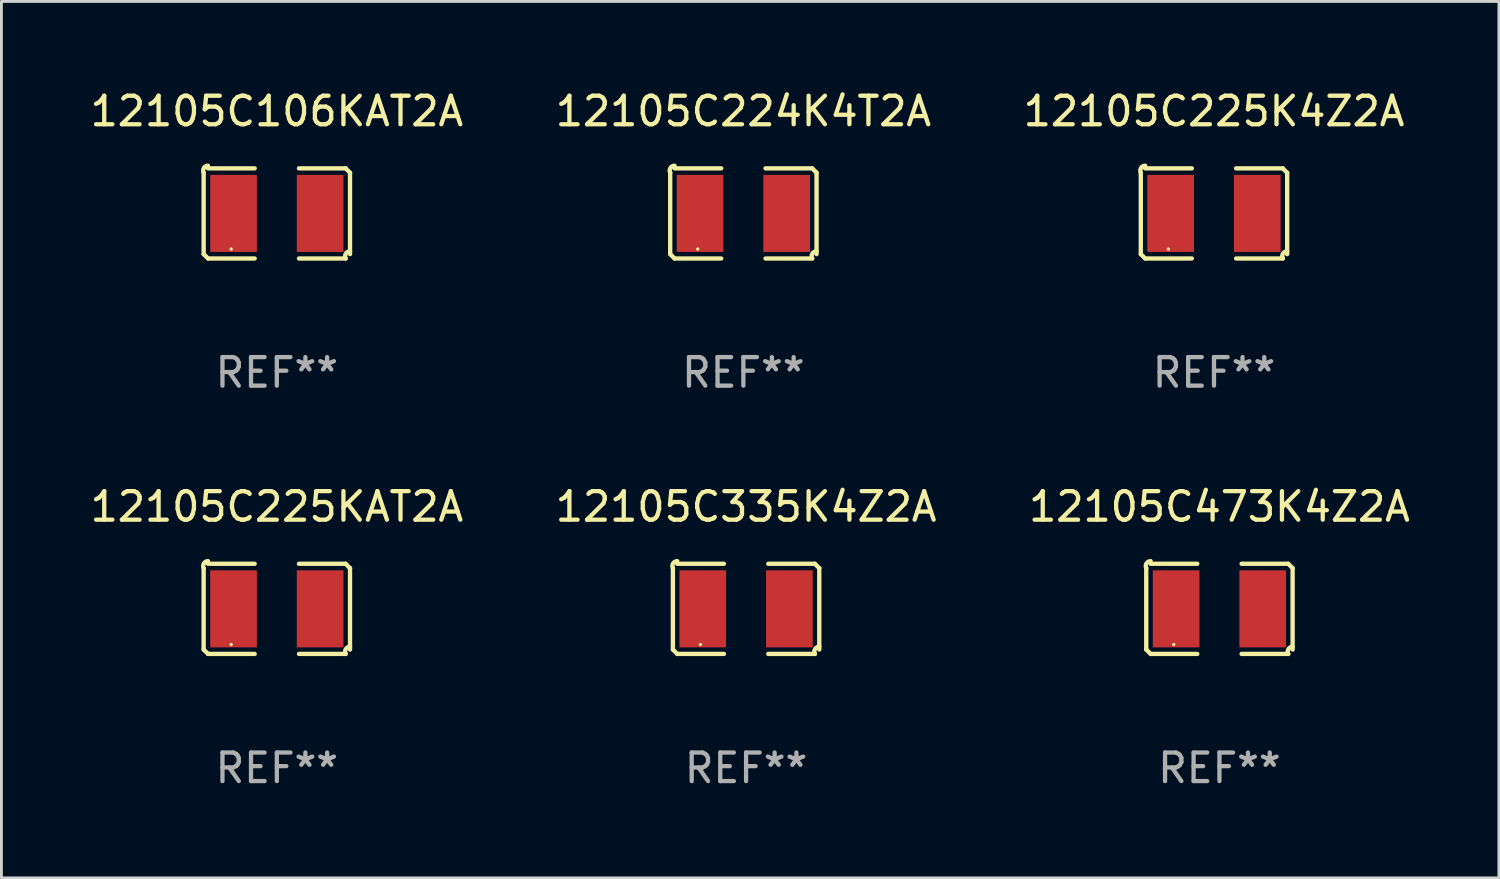
<source format=kicad_pcb>
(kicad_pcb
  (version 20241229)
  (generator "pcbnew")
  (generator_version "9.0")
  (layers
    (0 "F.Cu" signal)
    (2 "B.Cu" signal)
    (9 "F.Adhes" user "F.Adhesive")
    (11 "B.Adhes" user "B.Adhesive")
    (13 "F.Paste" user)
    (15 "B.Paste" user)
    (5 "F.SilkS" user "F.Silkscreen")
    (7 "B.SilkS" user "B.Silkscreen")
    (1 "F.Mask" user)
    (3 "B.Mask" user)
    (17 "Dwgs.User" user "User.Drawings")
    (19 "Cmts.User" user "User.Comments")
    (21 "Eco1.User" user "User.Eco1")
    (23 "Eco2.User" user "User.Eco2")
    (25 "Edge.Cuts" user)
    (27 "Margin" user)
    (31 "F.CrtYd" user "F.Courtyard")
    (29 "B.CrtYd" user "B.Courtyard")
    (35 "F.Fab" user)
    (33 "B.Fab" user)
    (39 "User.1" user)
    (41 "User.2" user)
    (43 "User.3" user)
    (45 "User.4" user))
  (footprint "12105C335K4Z2A"
    (layer "F.Cu")
    (at 23.089 18.281)
    (property "Reference" "12105C335K4Z2A" (at 0 -3.579 0) (layer "F.SilkS") (effects (font (size 1 1) (thickness 0.15))))
    (attr through_hole)
    (fp_line (start -2.564 1.426) (end -2.564 -1.426) (stroke (width 0.152) (type solid)) (layer "F.SilkS"))
    (fp_line (start -2.411 -1.579) (end -0.776 -1.579) (stroke (width 0.152) (type solid)) (layer "F.SilkS"))
    (fp_line (start -0.776 1.579) (end -2.411 1.579) (stroke (width 0.152) (type solid)) (layer "F.SilkS"))
    (fp_line (start 0.776 1.579) (end 2.411 1.579) (stroke (width 0.152) (type solid)) (layer "F.SilkS"))
    (fp_line (start 2.411 -1.579) (end 0.776 -1.579) (stroke (width 0.152) (type solid)) (layer "F.SilkS"))
    (fp_line (start 2.564 1.426) (end 2.564 -1.426) (stroke (width 0.152) (type solid)) (layer "F.SilkS"))
    (fp_arc (start -2.563602 -1.426213) (mid -2.555597 -1.591233) (end -2.411201 -1.671518) (stroke (width 0.1524) (type solid)) (layer "F.SilkS"))
    (fp_arc (start -2.5636 1.426214) (mid -2.487389 1.502402) (end -2.411201 1.578613) (stroke (width 0.1524) (type solid)) (layer "F.SilkS"))
    (fp_arc (start 2.411197 -1.578618) (mid 2.487403 -1.502419) (end 2.563602 -1.426213) (stroke (width 0.1524) (type solid)) (layer "F.SilkS"))
    (fp_arc (start 2.411201 1.578613) (mid 2.416214 1.409455) (end 2.563602 1.32629) (stroke (width 0.1524) (type solid)) (layer "F.SilkS"))
    (fp_circle (center -1.6 1.25) (end -1.57 1.25) (stroke (width 0.06) (type solid)) (fill no) (layer "F.SilkS"))
    (fp_text user "REF**" (at 0 5.579 0) (layer "F.Fab") (effects (font (size 1 1) (thickness 0.15))))
    (pad "1" smd rect (at -1.517 0) (size 1.635 2.7) (layers "F.Cu" "F.Mask" "F.Paste"))
    (pad "2" smd rect (at 1.517 0) (size 1.635 2.7) (layers "F.Cu" "F.Mask" "F.Paste")))
  (footprint "12105C225K4Z2A"
    (layer "F.Cu")
    (at 39.482 4.427)
    (property "Reference" "12105C225K4Z2A" (at 0 -3.579 0) (layer "F.SilkS") (effects (font (size 1 1) (thickness 0.15))))
    (attr through_hole)
    (fp_line (start -2.564 1.426) (end -2.564 -1.426) (stroke (width 0.152) (type solid)) (layer "F.SilkS"))
    (fp_line (start -2.411 -1.579) (end -0.776 -1.579) (stroke (width 0.152) (type solid)) (layer "F.SilkS"))
    (fp_line (start -0.776 1.579) (end -2.411 1.579) (stroke (width 0.152) (type solid)) (layer "F.SilkS"))
    (fp_line (start 0.776 1.579) (end 2.411 1.579) (stroke (width 0.152) (type solid)) (layer "F.SilkS"))
    (fp_line (start 2.411 -1.579) (end 0.776 -1.579) (stroke (width 0.152) (type solid)) (layer "F.SilkS"))
    (fp_line (start 2.564 1.426) (end 2.564 -1.426) (stroke (width 0.152) (type solid)) (layer "F.SilkS"))
    (fp_arc (start -2.563602 -1.426213) (mid -2.555597 -1.591233) (end -2.411201 -1.671518) (stroke (width 0.1524) (type solid)) (layer "F.SilkS"))
    (fp_arc (start -2.5636 1.426214) (mid -2.487389 1.502402) (end -2.411201 1.578613) (stroke (width 0.1524) (type solid)) (layer "F.SilkS"))
    (fp_arc (start 2.411197 -1.578618) (mid 2.487403 -1.502419) (end 2.563602 -1.426213) (stroke (width 0.1524) (type solid)) (layer "F.SilkS"))
    (fp_arc (start 2.411201 1.578613) (mid 2.416214 1.409455) (end 2.563602 1.32629) (stroke (width 0.1524) (type solid)) (layer "F.SilkS"))
    (fp_circle (center -1.6 1.25) (end -1.57 1.25) (stroke (width 0.06) (type solid)) (fill no) (layer "F.SilkS"))
    (fp_text user "REF**" (at 0 5.579 0) (layer "F.Fab") (effects (font (size 1 1) (thickness 0.15))))
    (pad "1" smd rect (at -1.517 0) (size 1.635 2.7) (layers "F.Cu" "F.Mask" "F.Paste"))
    (pad "2" smd rect (at 1.517 0) (size 1.635 2.7) (layers "F.Cu" "F.Mask" "F.Paste")))
  (footprint "12105C473K4Z2A"
    (layer "F.Cu")
    (at 39.673 18.281)
    (property "Reference" "12105C473K4Z2A" (at 0 -3.579 0) (layer "F.SilkS") (effects (font (size 1 1) (thickness 0.15))))
    (attr through_hole)
    (fp_line (start -2.564 1.426) (end -2.564 -1.426) (stroke (width 0.152) (type solid)) (layer "F.SilkS"))
    (fp_line (start -2.411 -1.579) (end -0.776 -1.579) (stroke (width 0.152) (type solid)) (layer "F.SilkS"))
    (fp_line (start -0.776 1.579) (end -2.411 1.579) (stroke (width 0.152) (type solid)) (layer "F.SilkS"))
    (fp_line (start 0.776 1.579) (end 2.411 1.579) (stroke (width 0.152) (type solid)) (layer "F.SilkS"))
    (fp_line (start 2.411 -1.579) (end 0.776 -1.579) (stroke (width 0.152) (type solid)) (layer "F.SilkS"))
    (fp_line (start 2.564 1.426) (end 2.564 -1.426) (stroke (width 0.152) (type solid)) (layer "F.SilkS"))
    (fp_arc (start -2.563602 -1.426213) (mid -2.555597 -1.591233) (end -2.411201 -1.671518) (stroke (width 0.1524) (type solid)) (layer "F.SilkS"))
    (fp_arc (start -2.5636 1.426214) (mid -2.487389 1.502402) (end -2.411201 1.578613) (stroke (width 0.1524) (type solid)) (layer "F.SilkS"))
    (fp_arc (start 2.411197 -1.578618) (mid 2.487403 -1.502419) (end 2.563602 -1.426213) (stroke (width 0.1524) (type solid)) (layer "F.SilkS"))
    (fp_arc (start 2.411201 1.578613) (mid 2.416214 1.409455) (end 2.563602 1.32629) (stroke (width 0.1524) (type solid)) (layer "F.SilkS"))
    (fp_circle (center -1.6 1.25) (end -1.57 1.25) (stroke (width 0.06) (type solid)) (fill no) (layer "F.SilkS"))
    (fp_text user "REF**" (at 0 5.579 0) (layer "F.Fab") (effects (font (size 1 1) (thickness 0.15))))
    (pad "1" smd rect (at -1.517 0) (size 1.635 2.7) (layers "F.Cu" "F.Mask" "F.Paste"))
    (pad "2" smd rect (at 1.517 0) (size 1.635 2.7) (layers "F.Cu" "F.Mask" "F.Paste")))
  (footprint "12105C224K4T2A"
    (layer "F.Cu")
    (at 22.994 4.427)
    (property "Reference" "12105C224K4T2A" (at 0 -3.579 0) (layer "F.SilkS") (effects (font (size 1 1) (thickness 0.15))))
    (attr through_hole)
    (fp_line (start -2.564 1.426) (end -2.564 -1.426) (stroke (width 0.152) (type solid)) (layer "F.SilkS"))
    (fp_line (start -2.411 -1.579) (end -0.776 -1.579) (stroke (width 0.152) (type solid)) (layer "F.SilkS"))
    (fp_line (start -0.776 1.579) (end -2.411 1.579) (stroke (width 0.152) (type solid)) (layer "F.SilkS"))
    (fp_line (start 0.776 1.579) (end 2.411 1.579) (stroke (width 0.152) (type solid)) (layer "F.SilkS"))
    (fp_line (start 2.411 -1.579) (end 0.776 -1.579) (stroke (width 0.152) (type solid)) (layer "F.SilkS"))
    (fp_line (start 2.564 1.426) (end 2.564 -1.426) (stroke (width 0.152) (type solid)) (layer "F.SilkS"))
    (fp_arc (start -2.563602 -1.426213) (mid -2.555597 -1.591233) (end -2.411201 -1.671518) (stroke (width 0.1524) (type solid)) (layer "F.SilkS"))
    (fp_arc (start -2.5636 1.426214) (mid -2.487389 1.502402) (end -2.411201 1.578613) (stroke (width 0.1524) (type solid)) (layer "F.SilkS"))
    (fp_arc (start 2.411197 -1.578618) (mid 2.487403 -1.502419) (end 2.563602 -1.426213) (stroke (width 0.1524) (type solid)) (layer "F.SilkS"))
    (fp_arc (start 2.411201 1.578613) (mid 2.416214 1.409455) (end 2.563602 1.32629) (stroke (width 0.1524) (type solid)) (layer "F.SilkS"))
    (fp_circle (center -1.6 1.25) (end -1.57 1.25) (stroke (width 0.06) (type solid)) (fill no) (layer "F.SilkS"))
    (fp_text user "REF**" (at 0 5.579 0) (layer "F.Fab") (effects (font (size 1 1) (thickness 0.15))))
    (pad "1" smd rect (at -1.517 0) (size 1.635 2.7) (layers "F.Cu" "F.Mask" "F.Paste"))
    (pad "2" smd rect (at 1.517 0) (size 1.635 2.7) (layers "F.Cu" "F.Mask" "F.Paste")))
  (footprint "12105C225KAT2A"
    (layer "F.Cu")
    (at 6.649 18.281)
    (property "Reference" "12105C225KAT2A" (at 0 -3.579 0) (layer "F.SilkS") (effects (font (size 1 1) (thickness 0.15))))
    (attr through_hole)
    (fp_line (start -2.564 1.426) (end -2.564 -1.426) (stroke (width 0.152) (type solid)) (layer "F.SilkS"))
    (fp_line (start -2.411 -1.579) (end -0.776 -1.579) (stroke (width 0.152) (type solid)) (layer "F.SilkS"))
    (fp_line (start -0.776 1.579) (end -2.411 1.579) (stroke (width 0.152) (type solid)) (layer "F.SilkS"))
    (fp_line (start 0.776 1.579) (end 2.411 1.579) (stroke (width 0.152) (type solid)) (layer "F.SilkS"))
    (fp_line (start 2.411 -1.579) (end 0.776 -1.579) (stroke (width 0.152) (type solid)) (layer "F.SilkS"))
    (fp_line (start 2.564 1.426) (end 2.564 -1.426) (stroke (width 0.152) (type solid)) (layer "F.SilkS"))
    (fp_arc (start -2.563602 -1.426213) (mid -2.555597 -1.591233) (end -2.411201 -1.671518) (stroke (width 0.1524) (type solid)) (layer "F.SilkS"))
    (fp_arc (start -2.5636 1.426214) (mid -2.487389 1.502402) (end -2.411201 1.578613) (stroke (width 0.1524) (type solid)) (layer "F.SilkS"))
    (fp_arc (start 2.411197 -1.578618) (mid 2.487403 -1.502419) (end 2.563602 -1.426213) (stroke (width 0.1524) (type solid)) (layer "F.SilkS"))
    (fp_arc (start 2.411201 1.578613) (mid 2.416214 1.409455) (end 2.563602 1.32629) (stroke (width 0.1524) (type solid)) (layer "F.SilkS"))
    (fp_circle (center -1.6 1.25) (end -1.57 1.25) (stroke (width 0.06) (type solid)) (fill no) (layer "F.SilkS"))
    (fp_text user "REF**" (at 0 5.579 0) (layer "F.Fab") (effects (font (size 1 1) (thickness 0.15))))
    (pad "1" smd rect (at -1.517 0) (size 1.635 2.7) (layers "F.Cu" "F.Mask" "F.Paste"))
    (pad "2" smd rect (at 1.517 0) (size 1.635 2.7) (layers "F.Cu" "F.Mask" "F.Paste")))
  (footprint "12105C106KAT2A"
    (layer "F.Cu")
    (at 6.649 4.427)
    (property "Reference" "12105C106KAT2A" (at 0 -3.579 0) (layer "F.SilkS") (effects (font (size 1 1) (thickness 0.15))))
    (attr through_hole)
    (fp_line (start -2.564 1.426) (end -2.564 -1.426) (stroke (width 0.152) (type solid)) (layer "F.SilkS"))
    (fp_line (start -2.411 -1.579) (end -0.776 -1.579) (stroke (width 0.152) (type solid)) (layer "F.SilkS"))
    (fp_line (start -0.776 1.579) (end -2.411 1.579) (stroke (width 0.152) (type solid)) (layer "F.SilkS"))
    (fp_line (start 0.776 1.579) (end 2.411 1.579) (stroke (width 0.152) (type solid)) (layer "F.SilkS"))
    (fp_line (start 2.411 -1.579) (end 0.776 -1.579) (stroke (width 0.152) (type solid)) (layer "F.SilkS"))
    (fp_line (start 2.564 1.426) (end 2.564 -1.426) (stroke (width 0.152) (type solid)) (layer "F.SilkS"))
    (fp_arc (start -2.563602 -1.426213) (mid -2.555597 -1.591233) (end -2.411201 -1.671518) (stroke (width 0.1524) (type solid)) (layer "F.SilkS"))
    (fp_arc (start -2.5636 1.426214) (mid -2.487389 1.502402) (end -2.411201 1.578613) (stroke (width 0.1524) (type solid)) (layer "F.SilkS"))
    (fp_arc (start 2.411197 -1.578618) (mid 2.487403 -1.502419) (end 2.563602 -1.426213) (stroke (width 0.1524) (type solid)) (layer "F.SilkS"))
    (fp_arc (start 2.411201 1.578613) (mid 2.416214 1.409455) (end 2.563602 1.32629) (stroke (width 0.1524) (type solid)) (layer "F.SilkS"))
    (fp_circle (center -1.6 1.25) (end -1.57 1.25) (stroke (width 0.06) (type solid)) (fill no) (layer "F.SilkS"))
    (fp_text user "REF**" (at 0 5.579 0) (layer "F.Fab") (effects (font (size 1 1) (thickness 0.15))))
    (pad "1" smd rect (at -1.517 0) (size 1.635 2.7) (layers "F.Cu" "F.Mask" "F.Paste"))
    (pad "2" smd rect (at 1.517 0) (size 1.635 2.7) (layers "F.Cu" "F.Mask" "F.Paste")))
  (gr_rect
    (start -3 -3)
    (end 49.464 27.707)
    (stroke (width 0.1) (type default))
    (fill no)
    (layer "Edge.Cuts")))
</source>
